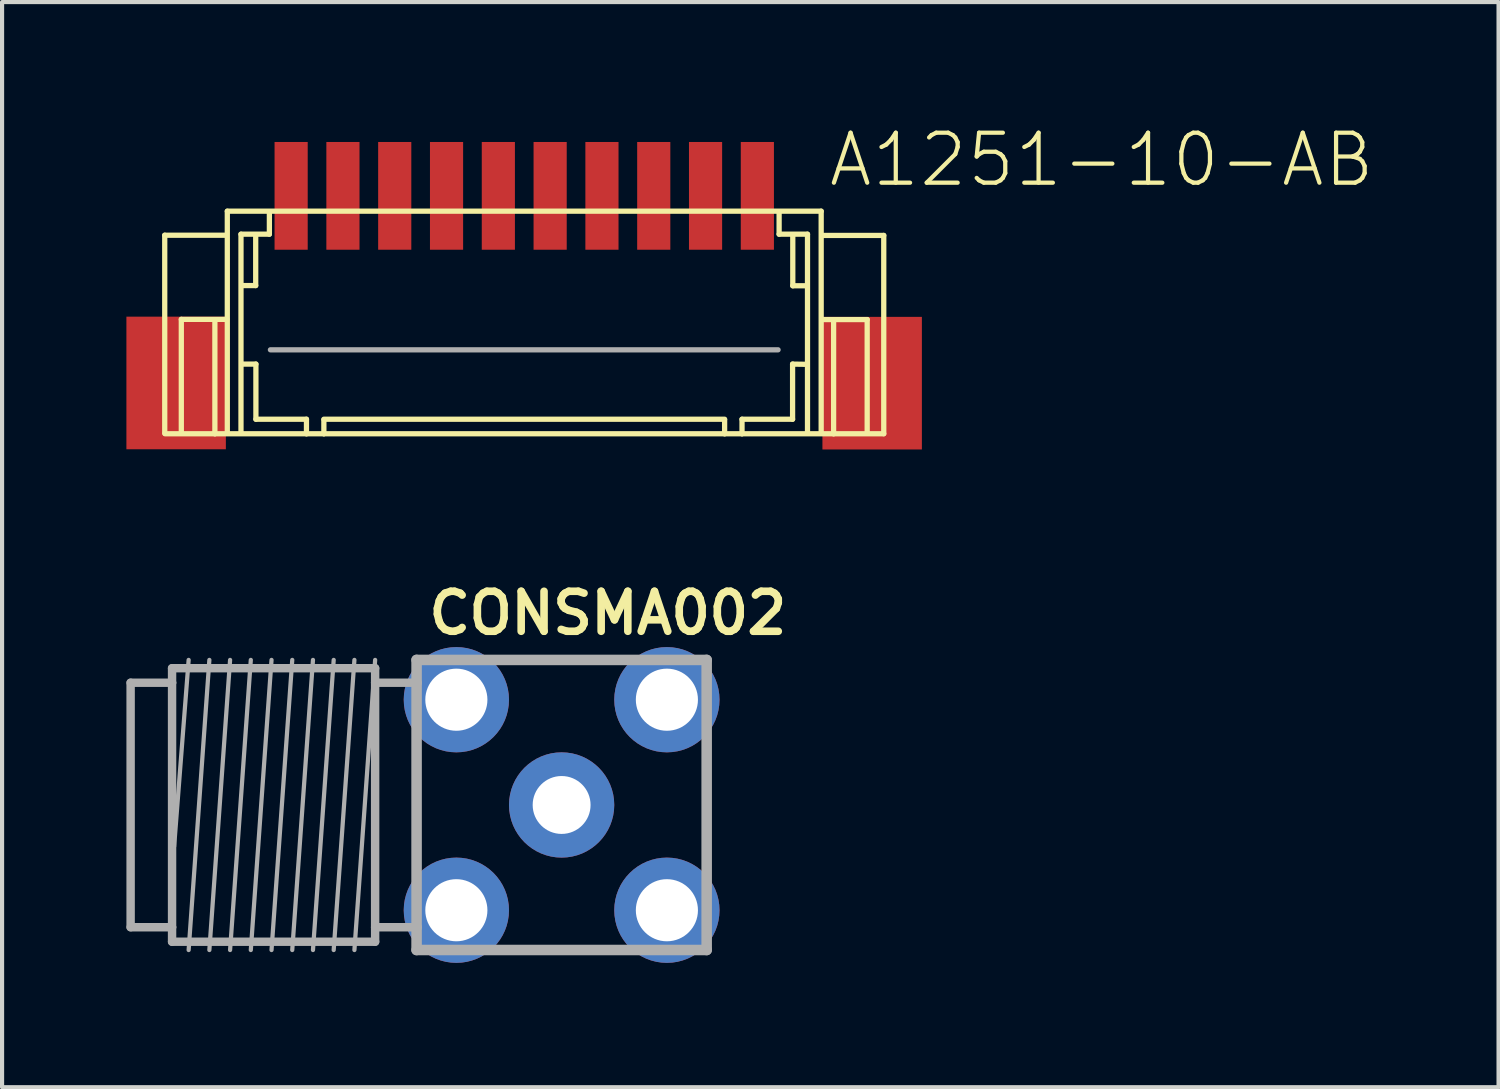
<source format=kicad_pcb>
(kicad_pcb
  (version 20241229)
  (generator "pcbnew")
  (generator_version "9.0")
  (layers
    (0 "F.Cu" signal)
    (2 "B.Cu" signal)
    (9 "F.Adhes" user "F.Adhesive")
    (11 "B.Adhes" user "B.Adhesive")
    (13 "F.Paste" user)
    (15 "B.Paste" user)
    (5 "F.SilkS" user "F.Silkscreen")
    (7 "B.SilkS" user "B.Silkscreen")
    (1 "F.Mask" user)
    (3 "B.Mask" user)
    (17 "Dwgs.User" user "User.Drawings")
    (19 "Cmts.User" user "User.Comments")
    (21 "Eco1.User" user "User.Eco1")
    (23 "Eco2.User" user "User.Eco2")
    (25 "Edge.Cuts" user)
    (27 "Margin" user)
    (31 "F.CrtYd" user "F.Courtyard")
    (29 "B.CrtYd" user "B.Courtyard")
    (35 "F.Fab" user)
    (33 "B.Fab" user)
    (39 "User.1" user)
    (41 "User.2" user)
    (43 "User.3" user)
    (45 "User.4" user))
  (footprint "A1251-10-AB"
    (layer "F.Cu")
    (at 9.6 1.306)
    (property "Reference" "A1251-10-AB" (at 7.29 0.205 0) (layer "F.SilkS") (effects (font (size 1.206 1.206) (thickness 0.102)) (justify left bottom)))
    (attr through_hole)
    (fp_line (start -8.675 6.095) (end -8.675 1.32) (stroke (width 0.127) (type solid)) (layer "F.SilkS"))
    (fp_line (start -8.275 6.055) (end -8.275 3.35) (stroke (width 0.127) (type solid)) (layer "F.SilkS"))
    (fp_line (start -7.465 6.11) (end -8.67 6.11) (stroke (width 0.127) (type solid)) (layer "F.SilkS"))
    (fp_line (start -7.465 6.11) (end -7.465 3.385) (stroke (width 0.127) (type solid)) (layer "F.SilkS"))
    (fp_line (start -7.21 1.32) (end -8.675 1.32) (stroke (width 0.127) (type solid)) (layer "F.SilkS"))
    (fp_line (start -7.175 3.35) (end -8.275 3.35) (stroke (width 0.127) (type solid)) (layer "F.SilkS"))
    (fp_line (start -7.165 0.74) (end -7.165 6.085) (stroke (width 0.127) (type solid)) (layer "F.SilkS"))
    (fp_line (start -6.835 1.295) (end -6.15 1.295) (stroke (width 0.127) (type solid)) (layer "F.SilkS"))
    (fp_line (start -6.835 6.1) (end -6.835 1.295) (stroke (width 0.127) (type solid)) (layer "F.SilkS"))
    (fp_line (start -6.8 4.43) (end -6.475 4.43) (stroke (width 0.127) (type solid)) (layer "F.SilkS"))
    (fp_line (start -6.48 1.33) (end -6.48 2.535) (stroke (width 0.127) (type solid)) (layer "F.SilkS"))
    (fp_line (start -6.48 2.535) (end -6.8 2.535) (stroke (width 0.127) (type solid)) (layer "F.SilkS"))
    (fp_line (start -6.475 4.43) (end -6.475 5.76) (stroke (width 0.127) (type solid)) (layer "F.SilkS"))
    (fp_line (start -6.475 5.76) (end -5.255 5.76) (stroke (width 0.127) (type solid)) (layer "F.SilkS"))
    (fp_line (start -6.15 1.295) (end -6.15 0.755) (stroke (width 0.127) (type solid)) (layer "F.SilkS"))
    (fp_line (start -5.255 5.76) (end -5.255 6.11) (stroke (width 0.127) (type solid)) (layer "F.SilkS"))
    (fp_line (start -5.255 6.11) (end -7.465 6.11) (stroke (width 0.127) (type solid)) (layer "F.SilkS"))
    (fp_line (start -4.835 5.76) (end 4.835 5.76) (stroke (width 0.127) (type solid)) (layer "F.SilkS"))
    (fp_line (start -4.835 5.775) (end -4.835 6.11) (stroke (width 0.127) (type solid)) (layer "F.SilkS"))
    (fp_line (start -4.835 6.11) (end -5.255 6.11) (stroke (width 0.127) (type solid)) (layer "F.SilkS"))
    (fp_line (start 4.835 5.775) (end 4.835 6.11) (stroke (width 0.127) (type solid)) (layer "F.SilkS"))
    (fp_line (start 4.835 6.11) (end -4.835 6.11) (stroke (width 0.127) (type solid)) (layer "F.SilkS"))
    (fp_line (start 5.255 5.76) (end 5.255 6.11) (stroke (width 0.127) (type solid)) (layer "F.SilkS"))
    (fp_line (start 5.255 5.76) (end 6.475 5.76) (stroke (width 0.127) (type solid)) (layer "F.SilkS"))
    (fp_line (start 5.255 6.11) (end 4.835 6.11) (stroke (width 0.127) (type solid)) (layer "F.SilkS"))
    (fp_line (start 6.15 1.295) (end 6.15 0.755) (stroke (width 0.127) (type solid)) (layer "F.SilkS"))
    (fp_line (start 6.15 1.295) (end 6.835 1.295) (stroke (width 0.127) (type solid)) (layer "F.SilkS"))
    (fp_line (start 6.475 4.43) (end 6.475 5.76) (stroke (width 0.127) (type solid)) (layer "F.SilkS"))
    (fp_line (start 6.475 4.43) (end 6.795 4.435) (stroke (width 0.127) (type solid)) (layer "F.SilkS"))
    (fp_line (start 6.48 1.335) (end 6.48 2.54) (stroke (width 0.127) (type solid)) (layer "F.SilkS"))
    (fp_line (start 6.795 2.54) (end 6.48 2.54) (stroke (width 0.127) (type solid)) (layer "F.SilkS"))
    (fp_line (start 6.835 6.1) (end 6.835 1.295) (stroke (width 0.127) (type solid)) (layer "F.SilkS"))
    (fp_line (start 7.165 0.74) (end -7.165 0.74) (stroke (width 0.127) (type solid)) (layer "F.SilkS"))
    (fp_line (start 7.165 0.74) (end 7.165 6.085) (stroke (width 0.127) (type solid)) (layer "F.SilkS"))
    (fp_line (start 7.465 6.11) (end 5.255 6.11) (stroke (width 0.127) (type solid)) (layer "F.SilkS"))
    (fp_line (start 7.465 6.11) (end 7.465 3.39) (stroke (width 0.127) (type solid)) (layer "F.SilkS"))
    (fp_line (start 8.275 3.355) (end 7.18 3.355) (stroke (width 0.127) (type solid)) (layer "F.SilkS"))
    (fp_line (start 8.275 6.06) (end 8.275 3.355) (stroke (width 0.127) (type solid)) (layer "F.SilkS"))
    (fp_line (start 8.675 1.325) (end 7.21 1.325) (stroke (width 0.127) (type solid)) (layer "F.SilkS"))
    (fp_line (start 8.675 6.11) (end 7.465 6.11) (stroke (width 0.127) (type solid)) (layer "F.SilkS"))
    (fp_line (start 8.675 6.11) (end 8.675 1.325) (stroke (width 0.127) (type solid)) (layer "F.SilkS"))
    (fp_line (start -6.125 4.085) (end 6.125 4.085) (stroke (width 0.127) (type solid)) (layer "F.Fab"))
    (pad "1" smd rect (at -5.625 0.37 180) (size 0.8 2.6) (layers "F.Cu" "F.Mask" "F.Paste"))
    (pad "2" smd rect (at -4.375 0.37 180) (size 0.8 2.6) (layers "F.Cu" "F.Mask" "F.Paste"))
    (pad "3" smd rect (at -3.125 0.37 180) (size 0.8 2.6) (layers "F.Cu" "F.Mask" "F.Paste"))
    (pad "4" smd rect (at -1.875 0.37 180) (size 0.8 2.6) (layers "F.Cu" "F.Mask" "F.Paste"))
    (pad "5" smd rect (at -0.625 0.37 180) (size 0.8 2.6) (layers "F.Cu" "F.Mask" "F.Paste"))
    (pad "6" smd rect (at 0.625 0.37 180) (size 0.8 2.6) (layers "F.Cu" "F.Mask" "F.Paste"))
    (pad "7" smd rect (at 1.875 0.37 180) (size 0.8 2.6) (layers "F.Cu" "F.Mask" "F.Paste"))
    (pad "8" smd rect (at 3.125 0.37 180) (size 0.8 2.6) (layers "F.Cu" "F.Mask" "F.Paste"))
    (pad "9" smd rect (at 4.375 0.37 180) (size 0.8 2.6) (layers "F.Cu" "F.Mask" "F.Paste"))
    (pad "10" smd rect (at 5.625 0.37 180) (size 0.8 2.6) (layers "F.Cu" "F.Mask" "F.Paste"))
    (pad "NC1" smd rect (at -8.4 4.885) (size 2.4 3.2) (layers "F.Cu" "F.Mask" "F.Paste"))
    (pad "NC2" smd rect (at 8.395 4.89) (size 2.4 3.2) (layers "F.Cu" "F.Mask" "F.Paste")))
  (footprint "CONSMA002"
    (layer "F.Cu")
    (at 10.502 16.374)
    (property "Reference" "CONSMA002" (at -3.302 -4.064 0) (layer "F.SilkS") (effects (font (size 0.965 0.965) (thickness 0.183)) (justify left bottom)))
    (attr through_hole)
    (fp_line (start -10.4 -2.95) (end -10.4 2.95) (stroke (width 0.203) (type solid)) (layer "F.Fab"))
    (fp_line (start -10.4 2.95) (end -9.4 2.95) (stroke (width 0.203) (type solid)) (layer "F.Fab"))
    (fp_line (start -9.4 -3.3) (end -9.4 -2.95) (stroke (width 0.203) (type solid)) (layer "F.Fab"))
    (fp_line (start -9.4 -2.95) (end -10.4 -2.95) (stroke (width 0.203) (type solid)) (layer "F.Fab"))
    (fp_line (start -9.4 -2.95) (end -9.4 2.95) (stroke (width 0.203) (type solid)) (layer "F.Fab"))
    (fp_line (start -9.4 2.95) (end -9.4 3.3) (stroke (width 0.203) (type solid)) (layer "F.Fab"))
    (fp_line (start -9.4 3.3) (end -4.5 3.3) (stroke (width 0.203) (type solid)) (layer "F.Fab"))
    (fp_line (start -9.35 1) (end -9 -3.5) (stroke (width 0.102) (type solid)) (layer "F.Fab"))
    (fp_line (start -9 3.5) (end -8.5 -3.5) (stroke (width 0.102) (type solid)) (layer "F.Fab"))
    (fp_line (start -8.5 3.5) (end -8 -3.5) (stroke (width 0.102) (type solid)) (layer "F.Fab"))
    (fp_line (start -8 3.5) (end -7.5 -3.5) (stroke (width 0.102) (type solid)) (layer "F.Fab"))
    (fp_line (start -7.5 3.5) (end -7 -3.5) (stroke (width 0.102) (type solid)) (layer "F.Fab"))
    (fp_line (start -7 3.5) (end -6.5 -3.5) (stroke (width 0.102) (type solid)) (layer "F.Fab"))
    (fp_line (start -6.5 3.5) (end -6 -3.5) (stroke (width 0.102) (type solid)) (layer "F.Fab"))
    (fp_line (start -6 3.5) (end -5.5 -3.5) (stroke (width 0.102) (type solid)) (layer "F.Fab"))
    (fp_line (start -5.5 3.5) (end -5 -3.5) (stroke (width 0.102) (type solid)) (layer "F.Fab"))
    (fp_line (start -5 3.5) (end -4.5 -3.5) (stroke (width 0.102) (type solid)) (layer "F.Fab"))
    (fp_line (start -4.5 -3.3) (end -9.4 -3.3) (stroke (width 0.203) (type solid)) (layer "F.Fab"))
    (fp_line (start -4.5 -3.3) (end -4.5 -2.95) (stroke (width 0.203) (type solid)) (layer "F.Fab"))
    (fp_line (start -4.5 -2.95) (end -4.5 2.95) (stroke (width 0.203) (type solid)) (layer "F.Fab"))
    (fp_line (start -4.5 2.95) (end -4.5 3.3) (stroke (width 0.203) (type solid)) (layer "F.Fab"))
    (fp_line (start -3.5 -3.5) (end -3.5 -2.95) (stroke (width 0.254) (type solid)) (layer "F.Fab"))
    (fp_line (start -3.5 -2.95) (end -4.5 -2.95) (stroke (width 0.203) (type solid)) (layer "F.Fab"))
    (fp_line (start -3.5 -2.95) (end -3.5 2.95) (stroke (width 0.254) (type solid)) (layer "F.Fab"))
    (fp_line (start -3.5 2.95) (end -4.5 2.95) (stroke (width 0.203) (type solid)) (layer "F.Fab"))
    (fp_line (start -3.5 2.95) (end -3.5 3.5) (stroke (width 0.254) (type solid)) (layer "F.Fab"))
    (fp_line (start -3.5 3.5) (end 3.5 3.5) (stroke (width 0.254) (type solid)) (layer "F.Fab"))
    (fp_line (start 3.5 -3.5) (end -3.5 -3.5) (stroke (width 0.254) (type solid)) (layer "F.Fab"))
    (fp_line (start 3.5 -3.5) (end 3.5 3.5) (stroke (width 0.254) (type solid)) (layer "F.Fab"))
    (pad "1" thru_hole circle (at 0 0) (size 2.54 2.54) (drill 1.397) (layers "*.Cu" "*.Mask"))
    (pad "2" thru_hole circle (at -2.54 -2.54) (size 2.54 2.54) (drill 1.499) (layers "*.Cu" "*.Mask"))
    (pad "2" thru_hole circle (at -2.54 2.54) (size 2.54 2.54) (drill 1.499) (layers "*.Cu" "*.Mask"))
    (pad "2" thru_hole circle (at 2.54 -2.54) (size 2.54 2.54) (drill 1.499) (layers "*.Cu" "*.Mask"))
    (pad "2" thru_hole circle (at 2.54 2.54) (size 2.54 2.54) (drill 1.499) (layers "*.Cu" "*.Mask")))
  (gr_rect
    (start -3 -3)
    (end 33.11 23.184)
    (stroke (width 0.1) (type default))
    (fill no)
    (layer "Edge.Cuts")))
</source>
